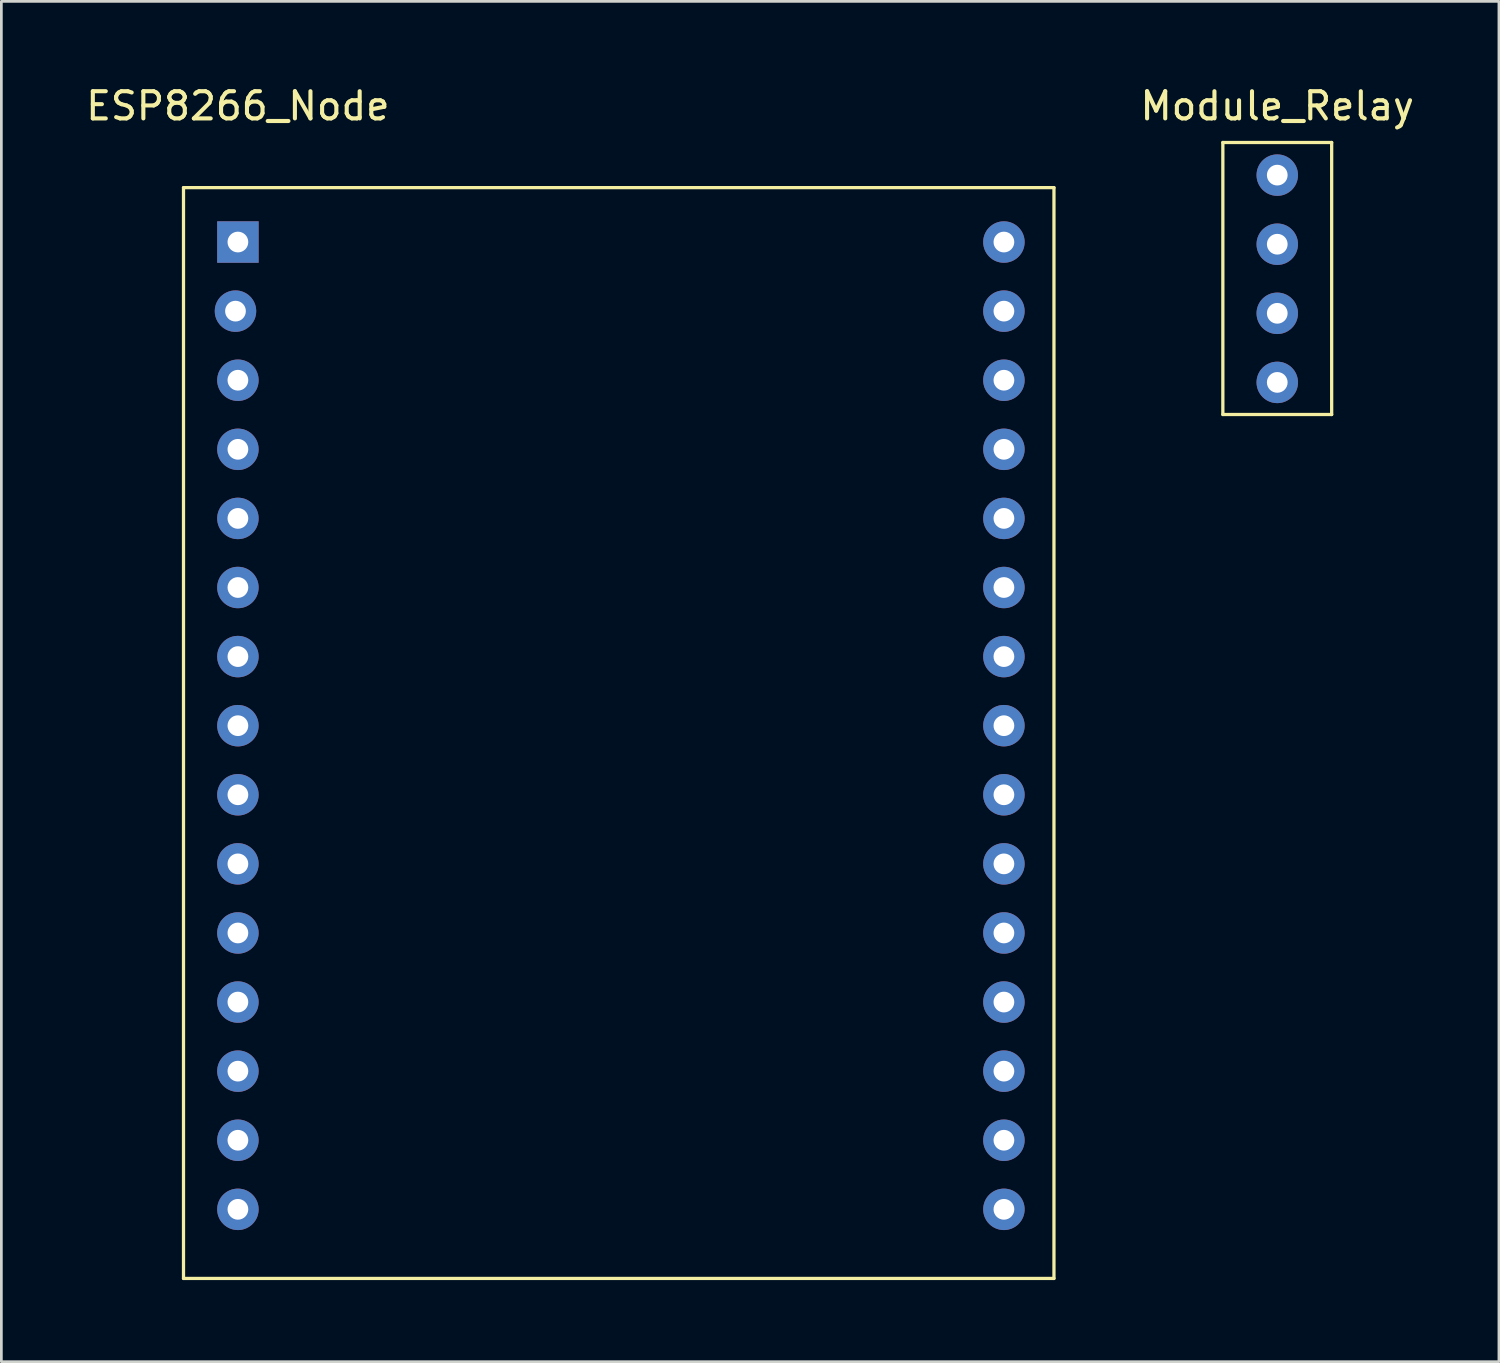
<source format=kicad_pcb>
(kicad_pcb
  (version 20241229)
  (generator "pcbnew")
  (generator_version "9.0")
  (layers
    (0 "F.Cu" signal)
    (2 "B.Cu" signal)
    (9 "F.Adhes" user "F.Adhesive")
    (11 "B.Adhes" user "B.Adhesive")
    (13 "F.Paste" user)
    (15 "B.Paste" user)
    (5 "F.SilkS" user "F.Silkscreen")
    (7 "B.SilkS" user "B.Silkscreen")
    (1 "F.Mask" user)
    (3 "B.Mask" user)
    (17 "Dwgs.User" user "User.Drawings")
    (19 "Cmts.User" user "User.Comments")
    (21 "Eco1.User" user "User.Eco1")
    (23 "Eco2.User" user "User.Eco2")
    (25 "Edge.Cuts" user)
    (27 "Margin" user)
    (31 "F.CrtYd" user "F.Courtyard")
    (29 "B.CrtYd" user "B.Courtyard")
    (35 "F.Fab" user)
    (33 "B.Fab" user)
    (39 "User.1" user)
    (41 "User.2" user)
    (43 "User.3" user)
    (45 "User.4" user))
  (footprint "Module_Relay"
    (layer "F.Cu")
    (at 43.905 3.388)
    (property "Reference" "Module_Relay" (at 0 -2.54 0) (layer "F.SilkS") (effects (font (size 1 1) (thickness 0.15))))
    (attr through_hole)
    (fp_line (start -2 -1.2) (end -2 8.8) (stroke (width 0.12) (type solid)) (layer "F.SilkS"))
    (fp_line (start -2 -1.2) (end 2 -1.2) (stroke (width 0.12) (type solid)) (layer "F.SilkS"))
    (fp_line (start -2 8.8) (end 2 8.8) (stroke (width 0.12) (type solid)) (layer "F.SilkS"))
    (fp_line (start 2 -1.2) (end 2 8.8) (stroke (width 0.12) (type solid)) (layer "F.SilkS"))
    (pad "1" thru_hole circle (at 0 0) (size 1.524 1.524) (drill 0.762) (layers "*.Cu" "*.Mask"))
    (pad "2" thru_hole circle (at 0 2.54) (size 1.524 1.524) (drill 0.762) (layers "*.Cu" "*.Mask"))
    (pad "3" thru_hole circle (at 0 5.08) (size 1.524 1.524) (drill 0.762) (layers "*.Cu" "*.Mask"))
    (pad "4" thru_hole circle (at 0 7.62) (size 1.524 1.524) (drill 0.762) (layers "*.Cu" "*.Mask")))
  (footprint "ESP8266_Node"
    (layer "F.Cu")
    (at 5.696 5.848)
    (property "Reference" "ESP8266_Node" (at 0 -5 0) (layer "F.SilkS") (effects (font (size 1 1) (thickness 0.15))))
    (attr through_hole)
    (fp_line (start -2 -2) (end -2 38.1) (stroke (width 0.12) (type solid)) (layer "F.SilkS"))
    (fp_line (start -2 -2) (end 30 -2) (stroke (width 0.12) (type solid)) (layer "F.SilkS"))
    (fp_line (start 30 -2) (end 30 38.1) (stroke (width 0.12) (type solid)) (layer "F.SilkS"))
    (fp_line (start 30 38.1) (end -2 38.1) (stroke (width 0.12) (type solid)) (layer "F.SilkS"))
    (pad "1" thru_hole rect (at 0 0) (size 1.524 1.524) (drill 0.762) (layers "*.Cu" "*.Mask"))
    (pad "2" thru_hole circle (at -0.089 2.54) (size 1.524 1.524) (drill 0.762) (layers "*.Cu" "*.Mask"))
    (pad "3" thru_hole circle (at 0 5.08) (size 1.524 1.524) (drill 0.762) (layers "*.Cu" "*.Mask"))
    (pad "4" thru_hole circle (at 0 7.62) (size 1.524 1.524) (drill 0.762) (layers "*.Cu" "*.Mask"))
    (pad "5" thru_hole circle (at 0 10.16) (size 1.524 1.524) (drill 0.762) (layers "*.Cu" "*.Mask"))
    (pad "6" thru_hole circle (at 0 12.7) (size 1.524 1.524) (drill 0.762) (layers "*.Cu" "*.Mask"))
    (pad "7" thru_hole circle (at 0 15.24) (size 1.524 1.524) (drill 0.762) (layers "*.Cu" "*.Mask"))
    (pad "8" thru_hole circle (at 0 17.78) (size 1.524 1.524) (drill 0.762) (layers "*.Cu" "*.Mask"))
    (pad "9" thru_hole circle (at 0 20.32) (size 1.524 1.524) (drill 0.762) (layers "*.Cu" "*.Mask"))
    (pad "10" thru_hole circle (at 0 22.86) (size 1.524 1.524) (drill 0.762) (layers "*.Cu" "*.Mask"))
    (pad "11" thru_hole circle (at 0 25.4) (size 1.524 1.524) (drill 0.762) (layers "*.Cu" "*.Mask"))
    (pad "12" thru_hole circle (at 0 27.94) (size 1.524 1.524) (drill 0.762) (layers "*.Cu" "*.Mask"))
    (pad "13" thru_hole circle (at 0 30.48) (size 1.524 1.524) (drill 0.762) (layers "*.Cu" "*.Mask"))
    (pad "14" thru_hole circle (at 0 33.02) (size 1.524 1.524) (drill 0.762) (layers "*.Cu" "*.Mask"))
    (pad "15" thru_hole circle (at 0 35.56) (size 1.524 1.524) (drill 0.762) (layers "*.Cu" "*.Mask"))
    (pad "16" thru_hole circle (at 28.16 35.56) (size 1.524 1.524) (drill 0.762) (layers "*.Cu" "*.Mask"))
    (pad "17" thru_hole circle (at 28.16 33.02) (size 1.524 1.524) (drill 0.762) (layers "*.Cu" "*.Mask"))
    (pad "18" thru_hole circle (at 28.16 30.48) (size 1.524 1.524) (drill 0.762) (layers "*.Cu" "*.Mask"))
    (pad "19" thru_hole circle (at 28.16 27.94) (size 1.524 1.524) (drill 0.762) (layers "*.Cu" "*.Mask"))
    (pad "20" thru_hole circle (at 28.16 25.4) (size 1.524 1.524) (drill 0.762) (layers "*.Cu" "*.Mask"))
    (pad "21" thru_hole circle (at 28.16 22.86) (size 1.524 1.524) (drill 0.762) (layers "*.Cu" "*.Mask"))
    (pad "22" thru_hole circle (at 28.16 20.32) (size 1.524 1.524) (drill 0.762) (layers "*.Cu" "*.Mask"))
    (pad "23" thru_hole circle (at 28.16 17.78) (size 1.524 1.524) (drill 0.762) (layers "*.Cu" "*.Mask"))
    (pad "24" thru_hole circle (at 28.16 15.24) (size 1.524 1.524) (drill 0.762) (layers "*.Cu" "*.Mask"))
    (pad "25" thru_hole circle (at 28.16 12.7) (size 1.524 1.524) (drill 0.762) (layers "*.Cu" "*.Mask"))
    (pad "26" thru_hole circle (at 28.16 10.16) (size 1.524 1.524) (drill 0.762) (layers "*.Cu" "*.Mask"))
    (pad "27" thru_hole circle (at 28.16 7.62) (size 1.524 1.524) (drill 0.762) (layers "*.Cu" "*.Mask"))
    (pad "28" thru_hole circle (at 28.16 5.08) (size 1.524 1.524) (drill 0.762) (layers "*.Cu" "*.Mask"))
    (pad "29" thru_hole circle (at 28.16 2.54) (size 1.524 1.524) (drill 0.762) (layers "*.Cu" "*.Mask"))
    (pad "30" thru_hole circle (at 28.16 0) (size 1.524 1.524) (drill 0.762) (layers "*.Cu" "*.Mask")))
  (gr_rect
    (start -3 -3)
    (end 52.054 47.008)
    (stroke (width 0.1) (type default))
    (fill no)
    (layer "Edge.Cuts")))
</source>
